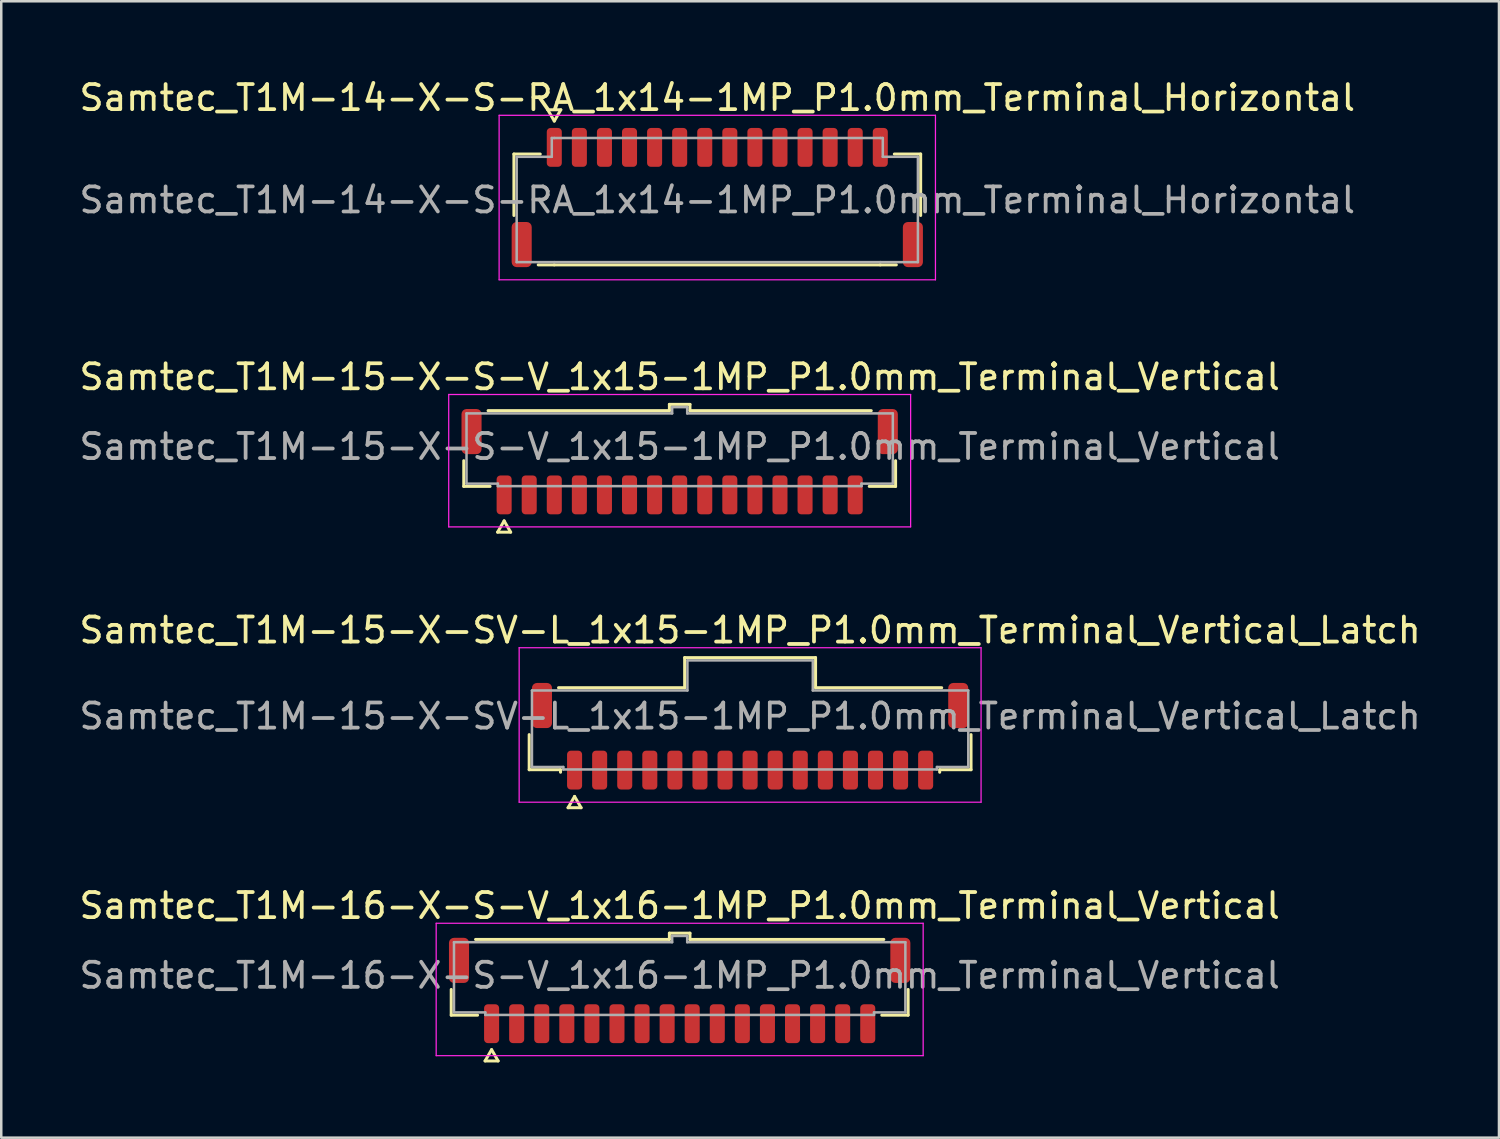
<source format=kicad_pcb>
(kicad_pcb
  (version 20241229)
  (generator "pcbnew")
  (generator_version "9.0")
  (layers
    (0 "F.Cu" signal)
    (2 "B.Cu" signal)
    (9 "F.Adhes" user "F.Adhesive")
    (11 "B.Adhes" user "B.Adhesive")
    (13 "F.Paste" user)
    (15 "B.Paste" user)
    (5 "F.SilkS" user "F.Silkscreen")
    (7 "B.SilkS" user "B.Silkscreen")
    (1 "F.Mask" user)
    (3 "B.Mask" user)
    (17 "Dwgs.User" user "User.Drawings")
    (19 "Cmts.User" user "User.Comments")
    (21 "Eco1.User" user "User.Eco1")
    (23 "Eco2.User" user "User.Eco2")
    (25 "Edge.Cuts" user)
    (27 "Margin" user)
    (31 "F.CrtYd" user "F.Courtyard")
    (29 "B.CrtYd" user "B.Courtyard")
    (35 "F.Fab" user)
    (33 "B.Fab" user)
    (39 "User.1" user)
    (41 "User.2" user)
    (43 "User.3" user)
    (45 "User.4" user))
  (footprint "Samtec_T1M-15-X-SV-L_1x15-1MP_P1.0mm_Terminal_Vertical_Latch"
    (layer "F.Cu")
    (at 26.863 25.51)
    (property "Reference" "Samtec_T1M-15-X-SV-L_1x15-1MP_P1.0mm_Terminal_Vertical_Latch" (at 0 -3.43 0) (layer "F.SilkS") (effects (font (size 1 1) (thickness 0.15))))
    (attr smd)
    (fp_line (start -8.81 2.135) (end -8.81 0.735) (stroke (width 0.12) (type solid)) (layer "F.SilkS"))
    (fp_line (start -7.64 -1.135) (end -2.61 -1.135) (stroke (width 0.12) (type solid)) (layer "F.SilkS"))
    (fp_line (start -7.56 2.135) (end -8.81 2.135) (stroke (width 0.12) (type solid)) (layer "F.SilkS"))
    (fp_line (start -7.56 2.235) (end -7.56 2.135) (stroke (width 0.12) (type solid)) (layer "F.SilkS"))
    (fp_line (start -7.26 3.65) (end -7 3.2) (stroke (width 0.12) (type solid)) (layer "F.SilkS"))
    (fp_line (start -7 3.2) (end -6.74 3.65) (stroke (width 0.12) (type solid)) (layer "F.SilkS"))
    (fp_line (start -6.74 3.65) (end -7.26 3.65) (stroke (width 0.12) (type solid)) (layer "F.SilkS"))
    (fp_line (start -2.61 -2.335) (end 2.61 -2.335) (stroke (width 0.12) (type solid)) (layer "F.SilkS"))
    (fp_line (start -2.61 -1.135) (end -2.61 -2.335) (stroke (width 0.12) (type solid)) (layer "F.SilkS"))
    (fp_line (start 2.61 -2.335) (end 2.61 -1.135) (stroke (width 0.12) (type solid)) (layer "F.SilkS"))
    (fp_line (start 2.61 -1.135) (end 7.64 -1.135) (stroke (width 0.12) (type solid)) (layer "F.SilkS"))
    (fp_line (start 7.56 2.135) (end 7.56 2.235) (stroke (width 0.12) (type solid)) (layer "F.SilkS"))
    (fp_line (start 8.81 0.735) (end 8.81 2.135) (stroke (width 0.12) (type solid)) (layer "F.SilkS"))
    (fp_line (start 8.81 2.135) (end 7.56 2.135) (stroke (width 0.12) (type solid)) (layer "F.SilkS"))
    (fp_line (start -9.21 -2.73) (end -9.21 3.43) (stroke (width 0.05) (type solid)) (layer "F.CrtYd"))
    (fp_line (start -9.21 3.43) (end 9.21 3.43) (stroke (width 0.05) (type solid)) (layer "F.CrtYd"))
    (fp_line (start 9.21 -2.73) (end -9.21 -2.73) (stroke (width 0.05) (type solid)) (layer "F.CrtYd"))
    (fp_line (start 9.21 3.43) (end 9.21 -2.73) (stroke (width 0.05) (type solid)) (layer "F.CrtYd"))
    (fp_line (start -8.7 -1.025) (end -2.5 -1.025) (stroke (width 0.1) (type solid)) (layer "F.Fab"))
    (fp_line (start -8.7 2.025) (end -8.7 -1.025) (stroke (width 0.1) (type solid)) (layer "F.Fab"))
    (fp_line (start -7.45 2.025) (end -8.7 2.025) (stroke (width 0.1) (type solid)) (layer "F.Fab"))
    (fp_line (start -7.45 2.125) (end -7.45 2.025) (stroke (width 0.1) (type solid)) (layer "F.Fab"))
    (fp_line (start -2.5 -2.225) (end 2.5 -2.225) (stroke (width 0.1) (type solid)) (layer "F.Fab"))
    (fp_line (start -2.5 -1.025) (end -2.5 -2.225) (stroke (width 0.1) (type solid)) (layer "F.Fab"))
    (fp_line (start 2.5 -2.225) (end 2.5 -1.025) (stroke (width 0.1) (type solid)) (layer "F.Fab"))
    (fp_line (start 2.5 -1.025) (end 8.7 -1.025) (stroke (width 0.1) (type solid)) (layer "F.Fab"))
    (fp_line (start 7.45 2.025) (end 7.45 2.125) (stroke (width 0.1) (type solid)) (layer "F.Fab"))
    (fp_line (start 7.45 2.125) (end -7.45 2.125) (stroke (width 0.1) (type solid)) (layer "F.Fab"))
    (fp_line (start 8.7 -1.025) (end 8.7 2.025) (stroke (width 0.1) (type solid)) (layer "F.Fab"))
    (fp_line (start 8.7 2.025) (end 7.45 2.025) (stroke (width 0.1) (type solid)) (layer "F.Fab"))
    (fp_text user "${REFERENCE}" (at 0 0 0) (layer "F.Fab") (effects (font (size 1 1) (thickness 0.15))))
    (pad "1" smd roundrect (at -7 2.15) (size 0.6 1.55) (layers "F.Cu" "F.Mask" "F.Paste") (roundrect_rratio 0.25))
    (pad "2" smd roundrect (at -6 2.15) (size 0.6 1.55) (layers "F.Cu" "F.Mask" "F.Paste") (roundrect_rratio 0.25))
    (pad "3" smd roundrect (at -5 2.15) (size 0.6 1.55) (layers "F.Cu" "F.Mask" "F.Paste") (roundrect_rratio 0.25))
    (pad "4" smd roundrect (at -4 2.15) (size 0.6 1.55) (layers "F.Cu" "F.Mask" "F.Paste") (roundrect_rratio 0.25))
    (pad "5" smd roundrect (at -3 2.15) (size 0.6 1.55) (layers "F.Cu" "F.Mask" "F.Paste") (roundrect_rratio 0.25))
    (pad "6" smd roundrect (at -2 2.15) (size 0.6 1.55) (layers "F.Cu" "F.Mask" "F.Paste") (roundrect_rratio 0.25))
    (pad "7" smd roundrect (at -1 2.15) (size 0.6 1.55) (layers "F.Cu" "F.Mask" "F.Paste") (roundrect_rratio 0.25))
    (pad "8" smd roundrect (at 0 2.15) (size 0.6 1.55) (layers "F.Cu" "F.Mask" "F.Paste") (roundrect_rratio 0.25))
    (pad "9" smd roundrect (at 1 2.15) (size 0.6 1.55) (layers "F.Cu" "F.Mask" "F.Paste") (roundrect_rratio 0.25))
    (pad "10" smd roundrect (at 2 2.15) (size 0.6 1.55) (layers "F.Cu" "F.Mask" "F.Paste") (roundrect_rratio 0.25))
    (pad "11" smd roundrect (at 3 2.15) (size 0.6 1.55) (layers "F.Cu" "F.Mask" "F.Paste") (roundrect_rratio 0.25))
    (pad "12" smd roundrect (at 4 2.15) (size 0.6 1.55) (layers "F.Cu" "F.Mask" "F.Paste") (roundrect_rratio 0.25))
    (pad "13" smd roundrect (at 5 2.15) (size 0.6 1.55) (layers "F.Cu" "F.Mask" "F.Paste") (roundrect_rratio 0.25))
    (pad "14" smd roundrect (at 6 2.15) (size 0.6 1.55) (layers "F.Cu" "F.Mask" "F.Paste") (roundrect_rratio 0.25))
    (pad "15" smd roundrect (at 7 2.15) (size 0.6 1.55) (layers "F.Cu" "F.Mask" "F.Paste") (roundrect_rratio 0.25))
    (pad "MP" smd roundrect (at -8.3 -0.425) (size 0.8 1.8) (layers "F.Cu" "F.Mask" "F.Paste") (roundrect_rratio 0.25))
    (pad "MP" smd roundrect (at 8.3 -0.425) (size 0.8 1.8) (layers "F.Cu" "F.Mask" "F.Paste") (roundrect_rratio 0.25)))
  (footprint "Samtec_T1M-16-X-S-V_1x16-1MP_P1.0mm_Terminal_Vertical"
    (layer "F.Cu")
    (at 24.054 35.848)
    (property "Reference" "Samtec_T1M-16-X-S-V_1x16-1MP_P1.0mm_Terminal_Vertical" (at 0 -2.78 0) (layer "F.SilkS") (effects (font (size 1 1) (thickness 0.15))))
    (attr smd)
    (fp_line (start -9.11 1.585) (end -9.11 0.56) (stroke (width 0.12) (type solid)) (layer "F.SilkS"))
    (fp_line (start -8.14 -1.435) (end -0.41 -1.435) (stroke (width 0.12) (type solid)) (layer "F.SilkS"))
    (fp_line (start -8.06 1.585) (end -9.11 1.585) (stroke (width 0.12) (type solid)) (layer "F.SilkS"))
    (fp_line (start -7.76 3.41) (end -7.5 2.96) (stroke (width 0.12) (type solid)) (layer "F.SilkS"))
    (fp_line (start -7.5 2.96) (end -7.24 3.41) (stroke (width 0.12) (type solid)) (layer "F.SilkS"))
    (fp_line (start -7.24 3.41) (end -7.76 3.41) (stroke (width 0.12) (type solid)) (layer "F.SilkS"))
    (fp_line (start -0.41 -1.685) (end 0.41 -1.685) (stroke (width 0.12) (type solid)) (layer "F.SilkS"))
    (fp_line (start -0.41 -1.435) (end -0.41 -1.685) (stroke (width 0.12) (type solid)) (layer "F.SilkS"))
    (fp_line (start 0.41 -1.685) (end 0.41 -1.435) (stroke (width 0.12) (type solid)) (layer "F.SilkS"))
    (fp_line (start 0.41 -1.435) (end 8.14 -1.435) (stroke (width 0.12) (type solid)) (layer "F.SilkS"))
    (fp_line (start 9.11 0.56) (end 9.11 1.585) (stroke (width 0.12) (type solid)) (layer "F.SilkS"))
    (fp_line (start 9.11 1.585) (end 8.06 1.585) (stroke (width 0.12) (type solid)) (layer "F.SilkS"))
    (fp_line (start -9.71 -2.08) (end -9.71 3.2) (stroke (width 0.05) (type solid)) (layer "F.CrtYd"))
    (fp_line (start -9.71 3.2) (end 9.71 3.2) (stroke (width 0.05) (type solid)) (layer "F.CrtYd"))
    (fp_line (start 9.71 -2.08) (end -9.71 -2.08) (stroke (width 0.05) (type solid)) (layer "F.CrtYd"))
    (fp_line (start 9.71 3.2) (end 9.71 -2.08) (stroke (width 0.05) (type solid)) (layer "F.CrtYd"))
    (fp_line (start -9 -1.325) (end -0.3 -1.325) (stroke (width 0.1) (type solid)) (layer "F.Fab"))
    (fp_line (start -9 1.475) (end -9 -1.325) (stroke (width 0.1) (type solid)) (layer "F.Fab"))
    (fp_line (start -7.75 1.475) (end -9 1.475) (stroke (width 0.1) (type solid)) (layer "F.Fab"))
    (fp_line (start -7.75 1.575) (end -7.75 1.475) (stroke (width 0.1) (type solid)) (layer "F.Fab"))
    (fp_line (start -0.3 -1.575) (end 0.3 -1.575) (stroke (width 0.1) (type solid)) (layer "F.Fab"))
    (fp_line (start -0.3 -1.325) (end -0.3 -1.575) (stroke (width 0.1) (type solid)) (layer "F.Fab"))
    (fp_line (start 0.3 -1.575) (end 0.3 -1.325) (stroke (width 0.1) (type solid)) (layer "F.Fab"))
    (fp_line (start 0.3 -1.325) (end 9 -1.325) (stroke (width 0.1) (type solid)) (layer "F.Fab"))
    (fp_line (start 7.75 1.475) (end 7.75 1.575) (stroke (width 0.1) (type solid)) (layer "F.Fab"))
    (fp_line (start 7.75 1.575) (end -7.75 1.575) (stroke (width 0.1) (type solid)) (layer "F.Fab"))
    (fp_line (start 9 -1.325) (end 9 1.475) (stroke (width 0.1) (type solid)) (layer "F.Fab"))
    (fp_line (start 9 1.475) (end 7.75 1.475) (stroke (width 0.1) (type solid)) (layer "F.Fab"))
    (fp_text user "${REFERENCE}" (at 0 0 0) (layer "F.Fab") (effects (font (size 1 1) (thickness 0.15))))
    (pad "1" smd roundrect (at -7.5 1.925) (size 0.6 1.55) (layers "F.Cu" "F.Mask" "F.Paste") (roundrect_rratio 0.25))
    (pad "2" smd roundrect (at -6.5 1.925) (size 0.6 1.55) (layers "F.Cu" "F.Mask" "F.Paste") (roundrect_rratio 0.25))
    (pad "3" smd roundrect (at -5.5 1.925) (size 0.6 1.55) (layers "F.Cu" "F.Mask" "F.Paste") (roundrect_rratio 0.25))
    (pad "4" smd roundrect (at -4.5 1.925) (size 0.6 1.55) (layers "F.Cu" "F.Mask" "F.Paste") (roundrect_rratio 0.25))
    (pad "5" smd roundrect (at -3.5 1.925) (size 0.6 1.55) (layers "F.Cu" "F.Mask" "F.Paste") (roundrect_rratio 0.25))
    (pad "6" smd roundrect (at -2.5 1.925) (size 0.6 1.55) (layers "F.Cu" "F.Mask" "F.Paste") (roundrect_rratio 0.25))
    (pad "7" smd roundrect (at -1.5 1.925) (size 0.6 1.55) (layers "F.Cu" "F.Mask" "F.Paste") (roundrect_rratio 0.25))
    (pad "8" smd roundrect (at -0.5 1.925) (size 0.6 1.55) (layers "F.Cu" "F.Mask" "F.Paste") (roundrect_rratio 0.25))
    (pad "9" smd roundrect (at 0.5 1.925) (size 0.6 1.55) (layers "F.Cu" "F.Mask" "F.Paste") (roundrect_rratio 0.25))
    (pad "10" smd roundrect (at 1.5 1.925) (size 0.6 1.55) (layers "F.Cu" "F.Mask" "F.Paste") (roundrect_rratio 0.25))
    (pad "11" smd roundrect (at 2.5 1.925) (size 0.6 1.55) (layers "F.Cu" "F.Mask" "F.Paste") (roundrect_rratio 0.25))
    (pad "12" smd roundrect (at 3.5 1.925) (size 0.6 1.55) (layers "F.Cu" "F.Mask" "F.Paste") (roundrect_rratio 0.25))
    (pad "13" smd roundrect (at 4.5 1.925) (size 0.6 1.55) (layers "F.Cu" "F.Mask" "F.Paste") (roundrect_rratio 0.25))
    (pad "14" smd roundrect (at 5.5 1.925) (size 0.6 1.55) (layers "F.Cu" "F.Mask" "F.Paste") (roundrect_rratio 0.25))
    (pad "15" smd roundrect (at 6.5 1.925) (size 0.6 1.55) (layers "F.Cu" "F.Mask" "F.Paste") (roundrect_rratio 0.25))
    (pad "16" smd roundrect (at 7.5 1.925) (size 0.6 1.55) (layers "F.Cu" "F.Mask" "F.Paste") (roundrect_rratio 0.25))
    (pad "MP" smd roundrect (at -8.8 -0.6) (size 0.8 1.8) (layers "F.Cu" "F.Mask" "F.Paste") (roundrect_rratio 0.25))
    (pad "MP" smd roundrect (at 8.8 -0.6) (size 0.8 1.8) (layers "F.Cu" "F.Mask" "F.Paste") (roundrect_rratio 0.25)))
  (footprint "Samtec_T1M-15-X-S-V_1x15-1MP_P1.0mm_Terminal_Vertical"
    (layer "F.Cu")
    (at 24.054 14.761)
    (property "Reference" "Samtec_T1M-15-X-S-V_1x15-1MP_P1.0mm_Terminal_Vertical" (at 0 -2.78 0) (layer "F.SilkS") (effects (font (size 1 1) (thickness 0.15))))
    (attr smd)
    (fp_line (start -8.61 1.585) (end -8.61 0.56) (stroke (width 0.12) (type solid)) (layer "F.SilkS"))
    (fp_line (start -7.64 -1.435) (end -0.41 -1.435) (stroke (width 0.12) (type solid)) (layer "F.SilkS"))
    (fp_line (start -7.56 1.585) (end -8.61 1.585) (stroke (width 0.12) (type solid)) (layer "F.SilkS"))
    (fp_line (start -7.26 3.41) (end -7 2.96) (stroke (width 0.12) (type solid)) (layer "F.SilkS"))
    (fp_line (start -7 2.96) (end -6.74 3.41) (stroke (width 0.12) (type solid)) (layer "F.SilkS"))
    (fp_line (start -6.74 3.41) (end -7.26 3.41) (stroke (width 0.12) (type solid)) (layer "F.SilkS"))
    (fp_line (start -0.41 -1.685) (end 0.41 -1.685) (stroke (width 0.12) (type solid)) (layer "F.SilkS"))
    (fp_line (start -0.41 -1.435) (end -0.41 -1.685) (stroke (width 0.12) (type solid)) (layer "F.SilkS"))
    (fp_line (start 0.41 -1.685) (end 0.41 -1.435) (stroke (width 0.12) (type solid)) (layer "F.SilkS"))
    (fp_line (start 0.41 -1.435) (end 7.64 -1.435) (stroke (width 0.12) (type solid)) (layer "F.SilkS"))
    (fp_line (start 8.61 0.56) (end 8.61 1.585) (stroke (width 0.12) (type solid)) (layer "F.SilkS"))
    (fp_line (start 8.61 1.585) (end 7.56 1.585) (stroke (width 0.12) (type solid)) (layer "F.SilkS"))
    (fp_line (start -9.21 -2.08) (end -9.21 3.2) (stroke (width 0.05) (type solid)) (layer "F.CrtYd"))
    (fp_line (start -9.21 3.2) (end 9.21 3.2) (stroke (width 0.05) (type solid)) (layer "F.CrtYd"))
    (fp_line (start 9.21 -2.08) (end -9.21 -2.08) (stroke (width 0.05) (type solid)) (layer "F.CrtYd"))
    (fp_line (start 9.21 3.2) (end 9.21 -2.08) (stroke (width 0.05) (type solid)) (layer "F.CrtYd"))
    (fp_line (start -8.5 -1.325) (end -0.3 -1.325) (stroke (width 0.1) (type solid)) (layer "F.Fab"))
    (fp_line (start -8.5 1.475) (end -8.5 -1.325) (stroke (width 0.1) (type solid)) (layer "F.Fab"))
    (fp_line (start -7.25 1.475) (end -8.5 1.475) (stroke (width 0.1) (type solid)) (layer "F.Fab"))
    (fp_line (start -7.25 1.575) (end -7.25 1.475) (stroke (width 0.1) (type solid)) (layer "F.Fab"))
    (fp_line (start -0.3 -1.575) (end 0.3 -1.575) (stroke (width 0.1) (type solid)) (layer "F.Fab"))
    (fp_line (start -0.3 -1.325) (end -0.3 -1.575) (stroke (width 0.1) (type solid)) (layer "F.Fab"))
    (fp_line (start 0.3 -1.575) (end 0.3 -1.325) (stroke (width 0.1) (type solid)) (layer "F.Fab"))
    (fp_line (start 0.3 -1.325) (end 8.5 -1.325) (stroke (width 0.1) (type solid)) (layer "F.Fab"))
    (fp_line (start 7.25 1.475) (end 7.25 1.575) (stroke (width 0.1) (type solid)) (layer "F.Fab"))
    (fp_line (start 7.25 1.575) (end -7.25 1.575) (stroke (width 0.1) (type solid)) (layer "F.Fab"))
    (fp_line (start 8.5 -1.325) (end 8.5 1.475) (stroke (width 0.1) (type solid)) (layer "F.Fab"))
    (fp_line (start 8.5 1.475) (end 7.25 1.475) (stroke (width 0.1) (type solid)) (layer "F.Fab"))
    (fp_text user "${REFERENCE}" (at 0 0 0) (layer "F.Fab") (effects (font (size 1 1) (thickness 0.15))))
    (pad "1" smd roundrect (at -7 1.925) (size 0.6 1.55) (layers "F.Cu" "F.Mask" "F.Paste") (roundrect_rratio 0.25))
    (pad "2" smd roundrect (at -6 1.925) (size 0.6 1.55) (layers "F.Cu" "F.Mask" "F.Paste") (roundrect_rratio 0.25))
    (pad "3" smd roundrect (at -5 1.925) (size 0.6 1.55) (layers "F.Cu" "F.Mask" "F.Paste") (roundrect_rratio 0.25))
    (pad "4" smd roundrect (at -4 1.925) (size 0.6 1.55) (layers "F.Cu" "F.Mask" "F.Paste") (roundrect_rratio 0.25))
    (pad "5" smd roundrect (at -3 1.925) (size 0.6 1.55) (layers "F.Cu" "F.Mask" "F.Paste") (roundrect_rratio 0.25))
    (pad "6" smd roundrect (at -2 1.925) (size 0.6 1.55) (layers "F.Cu" "F.Mask" "F.Paste") (roundrect_rratio 0.25))
    (pad "7" smd roundrect (at -1 1.925) (size 0.6 1.55) (layers "F.Cu" "F.Mask" "F.Paste") (roundrect_rratio 0.25))
    (pad "8" smd roundrect (at 0 1.925) (size 0.6 1.55) (layers "F.Cu" "F.Mask" "F.Paste") (roundrect_rratio 0.25))
    (pad "9" smd roundrect (at 1 1.925) (size 0.6 1.55) (layers "F.Cu" "F.Mask" "F.Paste") (roundrect_rratio 0.25))
    (pad "10" smd roundrect (at 2 1.925) (size 0.6 1.55) (layers "F.Cu" "F.Mask" "F.Paste") (roundrect_rratio 0.25))
    (pad "11" smd roundrect (at 3 1.925) (size 0.6 1.55) (layers "F.Cu" "F.Mask" "F.Paste") (roundrect_rratio 0.25))
    (pad "12" smd roundrect (at 4 1.925) (size 0.6 1.55) (layers "F.Cu" "F.Mask" "F.Paste") (roundrect_rratio 0.25))
    (pad "13" smd roundrect (at 5 1.925) (size 0.6 1.55) (layers "F.Cu" "F.Mask" "F.Paste") (roundrect_rratio 0.25))
    (pad "14" smd roundrect (at 6 1.925) (size 0.6 1.55) (layers "F.Cu" "F.Mask" "F.Paste") (roundrect_rratio 0.25))
    (pad "15" smd roundrect (at 7 1.925) (size 0.6 1.55) (layers "F.Cu" "F.Mask" "F.Paste") (roundrect_rratio 0.25))
    (pad "MP" smd roundrect (at -8.3 -0.6) (size 0.8 1.8) (layers "F.Cu" "F.Mask" "F.Paste") (roundrect_rratio 0.25))
    (pad "MP" smd roundrect (at 8.3 -0.6) (size 0.8 1.8) (layers "F.Cu" "F.Mask" "F.Paste") (roundrect_rratio 0.25)))
  (footprint "Samtec_T1M-14-X-S-RA_1x14-1MP_P1.0mm_Terminal_Horizontal"
    (layer "F.Cu")
    (at 25.554 4.928)
    (property "Reference" "Samtec_T1M-14-X-S-RA_1x14-1MP_P1.0mm_Terminal_Horizontal" (at 0 -4.08 0) (layer "F.SilkS") (effects (font (size 1 1) (thickness 0.15))))
    (attr smd)
    (fp_line (start -8.11 -1.835) (end -7.06 -1.835) (stroke (width 0.12) (type solid)) (layer "F.SilkS"))
    (fp_line (start -8.11 0.615) (end -8.11 -1.835) (stroke (width 0.12) (type solid)) (layer "F.SilkS"))
    (fp_line (start -6.76 -3.6) (end -6.5 -3.15) (stroke (width 0.12) (type solid)) (layer "F.SilkS"))
    (fp_line (start -6.5 -3.15) (end -6.24 -3.6) (stroke (width 0.12) (type solid)) (layer "F.SilkS"))
    (fp_line (start -6.5 2.585) (end -7.14 2.585) (stroke (width 0.12) (type solid)) (layer "F.SilkS"))
    (fp_line (start -6.24 -3.6) (end -6.76 -3.6) (stroke (width 0.12) (type solid)) (layer "F.SilkS"))
    (fp_line (start 6.5 2.585) (end -6.5 2.585) (stroke (width 0.12) (type solid)) (layer "F.SilkS"))
    (fp_line (start 7.06 -1.835) (end 8.11 -1.835) (stroke (width 0.12) (type solid)) (layer "F.SilkS"))
    (fp_line (start 7.14 2.585) (end 6.5 2.585) (stroke (width 0.12) (type solid)) (layer "F.SilkS"))
    (fp_line (start 8.11 -1.835) (end 8.11 0.615) (stroke (width 0.12) (type solid)) (layer "F.SilkS"))
    (fp_line (start -8.7 -3.38) (end -8.7 3.18) (stroke (width 0.05) (type solid)) (layer "F.CrtYd"))
    (fp_line (start -8.7 3.18) (end 8.7 3.18) (stroke (width 0.05) (type solid)) (layer "F.CrtYd"))
    (fp_line (start 8.7 -3.38) (end -8.7 -3.38) (stroke (width 0.05) (type solid)) (layer "F.CrtYd"))
    (fp_line (start 8.7 3.18) (end 8.7 -3.38) (stroke (width 0.05) (type solid)) (layer "F.CrtYd"))
    (fp_line (start -8 -1.725) (end -6.6 -1.725) (stroke (width 0.1) (type solid)) (layer "F.Fab"))
    (fp_line (start -8 2.475) (end -8 -1.725) (stroke (width 0.1) (type solid)) (layer "F.Fab"))
    (fp_line (start -6.6 -2.475) (end -6.5 -2.475) (stroke (width 0.1) (type solid)) (layer "F.Fab"))
    (fp_line (start -6.6 -1.725) (end -6.6 -2.475) (stroke (width 0.1) (type solid)) (layer "F.Fab"))
    (fp_line (start -6.5 -2.475) (end 6.5 -2.475) (stroke (width 0.1) (type solid)) (layer "F.Fab"))
    (fp_line (start -6.5 2.475) (end -8 2.475) (stroke (width 0.1) (type solid)) (layer "F.Fab"))
    (fp_line (start 6.5 -2.475) (end 6.6 -2.475) (stroke (width 0.1) (type solid)) (layer "F.Fab"))
    (fp_line (start 6.5 2.475) (end -6.5 2.475) (stroke (width 0.1) (type solid)) (layer "F.Fab"))
    (fp_line (start 6.6 -2.475) (end 6.6 -1.725) (stroke (width 0.1) (type solid)) (layer "F.Fab"))
    (fp_line (start 6.6 -1.725) (end 8 -1.725) (stroke (width 0.1) (type solid)) (layer "F.Fab"))
    (fp_line (start 8 -1.725) (end 8 2.475) (stroke (width 0.1) (type solid)) (layer "F.Fab"))
    (fp_line (start 8 2.475) (end 6.5 2.475) (stroke (width 0.1) (type solid)) (layer "F.Fab"))
    (fp_text user "${REFERENCE}" (at 0 0 0) (layer "F.Fab") (effects (font (size 1 1) (thickness 0.15))))
    (pad "1" smd roundrect (at -6.5 -2.1) (size 0.6 1.55) (layers "F.Cu" "F.Mask" "F.Paste") (roundrect_rratio 0.25))
    (pad "2" smd roundrect (at -5.5 -2.1) (size 0.6 1.55) (layers "F.Cu" "F.Mask" "F.Paste") (roundrect_rratio 0.25))
    (pad "3" smd roundrect (at -4.5 -2.1) (size 0.6 1.55) (layers "F.Cu" "F.Mask" "F.Paste") (roundrect_rratio 0.25))
    (pad "4" smd roundrect (at -3.5 -2.1) (size 0.6 1.55) (layers "F.Cu" "F.Mask" "F.Paste") (roundrect_rratio 0.25))
    (pad "5" smd roundrect (at -2.5 -2.1) (size 0.6 1.55) (layers "F.Cu" "F.Mask" "F.Paste") (roundrect_rratio 0.25))
    (pad "6" smd roundrect (at -1.5 -2.1) (size 0.6 1.55) (layers "F.Cu" "F.Mask" "F.Paste") (roundrect_rratio 0.25))
    (pad "7" smd roundrect (at -0.5 -2.1) (size 0.6 1.55) (layers "F.Cu" "F.Mask" "F.Paste") (roundrect_rratio 0.25))
    (pad "8" smd roundrect (at 0.5 -2.1) (size 0.6 1.55) (layers "F.Cu" "F.Mask" "F.Paste") (roundrect_rratio 0.25))
    (pad "9" smd roundrect (at 1.5 -2.1) (size 0.6 1.55) (layers "F.Cu" "F.Mask" "F.Paste") (roundrect_rratio 0.25))
    (pad "10" smd roundrect (at 2.5 -2.1) (size 0.6 1.55) (layers "F.Cu" "F.Mask" "F.Paste") (roundrect_rratio 0.25))
    (pad "11" smd roundrect (at 3.5 -2.1) (size 0.6 1.55) (layers "F.Cu" "F.Mask" "F.Paste") (roundrect_rratio 0.25))
    (pad "12" smd roundrect (at 4.5 -2.1) (size 0.6 1.55) (layers "F.Cu" "F.Mask" "F.Paste") (roundrect_rratio 0.25))
    (pad "13" smd roundrect (at 5.5 -2.1) (size 0.6 1.55) (layers "F.Cu" "F.Mask" "F.Paste") (roundrect_rratio 0.25))
    (pad "14" smd roundrect (at 6.5 -2.1) (size 0.6 1.55) (layers "F.Cu" "F.Mask" "F.Paste") (roundrect_rratio 0.25))
    (pad "MP" smd roundrect (at -7.8 1.775) (size 0.8 1.8) (layers "F.Cu" "F.Mask" "F.Paste") (roundrect_rratio 0.25))
    (pad "MP" smd roundrect (at 7.8 1.775) (size 0.8 1.8) (layers "F.Cu" "F.Mask" "F.Paste") (roundrect_rratio 0.25)))
  (gr_rect
    (start -3 -3)
    (end 56.726 42.318)
    (stroke (width 0.1) (type default))
    (fill no)
    (layer "Edge.Cuts")))
</source>
